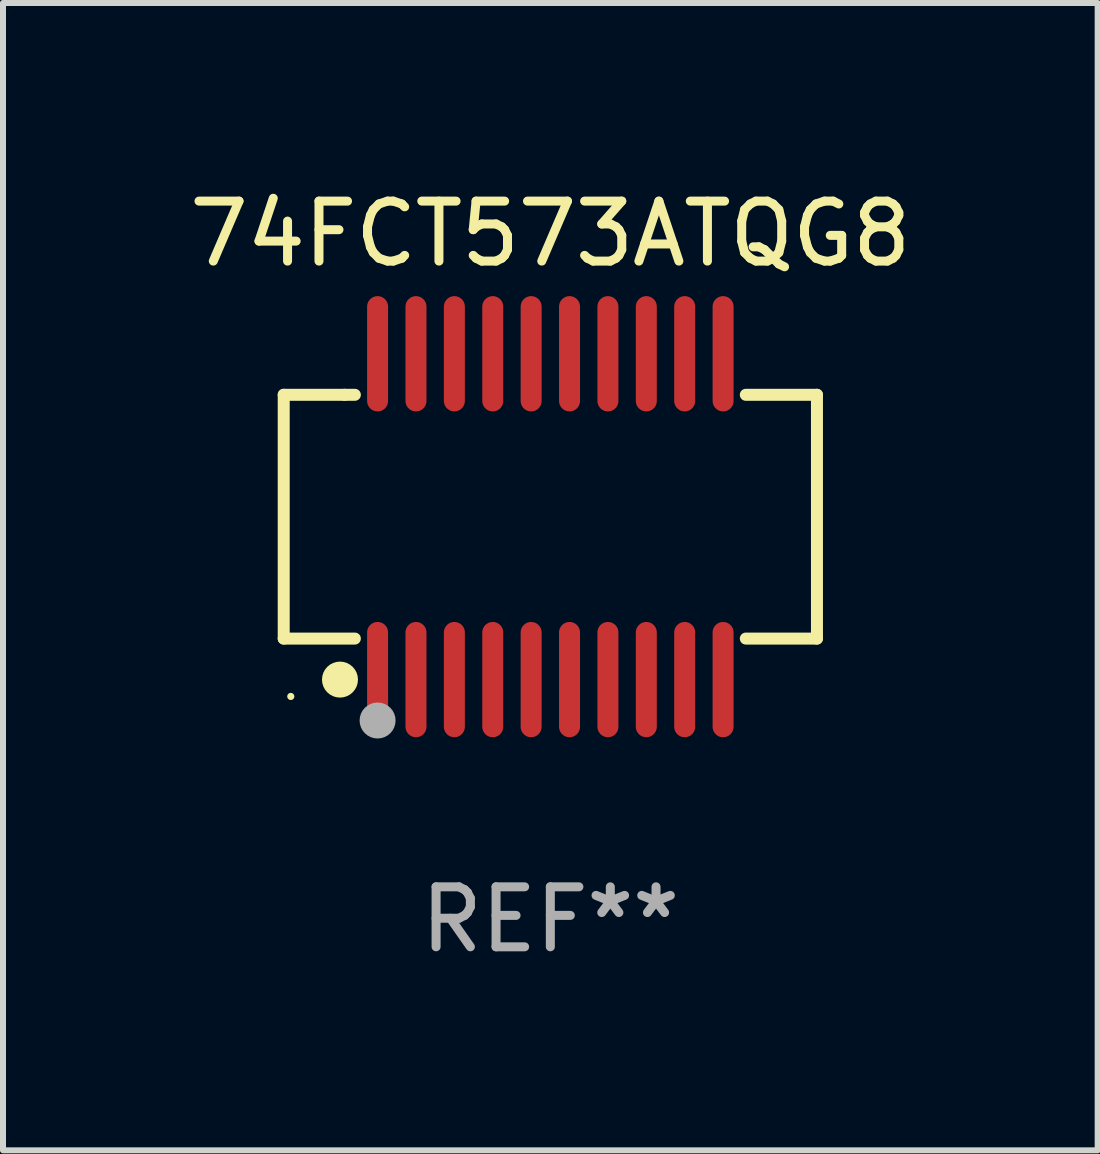
<source format=kicad_pcb>
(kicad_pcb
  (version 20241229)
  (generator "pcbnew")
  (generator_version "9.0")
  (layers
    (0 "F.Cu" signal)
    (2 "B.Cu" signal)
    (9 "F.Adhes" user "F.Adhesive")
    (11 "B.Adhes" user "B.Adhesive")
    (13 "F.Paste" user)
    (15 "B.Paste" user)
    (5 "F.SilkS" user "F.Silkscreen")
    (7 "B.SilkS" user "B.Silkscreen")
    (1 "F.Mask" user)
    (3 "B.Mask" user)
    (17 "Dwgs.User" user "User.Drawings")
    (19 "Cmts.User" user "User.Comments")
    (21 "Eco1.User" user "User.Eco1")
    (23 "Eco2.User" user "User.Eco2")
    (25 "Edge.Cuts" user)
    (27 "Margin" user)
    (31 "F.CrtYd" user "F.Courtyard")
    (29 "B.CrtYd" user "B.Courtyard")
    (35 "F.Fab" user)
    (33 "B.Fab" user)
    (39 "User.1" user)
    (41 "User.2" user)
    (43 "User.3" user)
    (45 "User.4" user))
  (footprint "74FCT573ATQG8"
    (layer "F.Cu")
    (at 6.125 5.564)
    (property "Reference" "74FCT573ATQG8" (at 0 -4.716 0) (layer "F.SilkS") (effects (font (size 1 1) (thickness 0.15))))
    (attr through_hole)
    (fp_line (start -4.445 -2.032) (end -4.445 2.032) (stroke (width 0.2) (type solid)) (layer "F.SilkS"))
    (fp_line (start -4.445 2.032) (end -3.259 2.032) (stroke (width 0.2) (type solid)) (layer "F.SilkS"))
    (fp_line (start -3.429 -2.032) (end -4.445 -2.032) (stroke (width 0.2) (type solid)) (layer "F.SilkS"))
    (fp_line (start -3.259 -2.032) (end -3.429 -2.032) (stroke (width 0.2) (type solid)) (layer "F.SilkS"))
    (fp_line (start 3.259 2.032) (end 4.445 2.032) (stroke (width 0.2) (type solid)) (layer "F.SilkS"))
    (fp_line (start 4.445 -2.032) (end 3.259 -2.032) (stroke (width 0.2) (type solid)) (layer "F.SilkS"))
    (fp_line (start 4.445 2.032) (end 4.445 -2.032) (stroke (width 0.2) (type solid)) (layer "F.SilkS"))
    (fp_circle (center -4.327 2.997) (end -4.297 2.997) (stroke (width 0.06) (type solid)) (fill no) (layer "F.SilkS"))
    (fp_circle (center -3.507 2.716) (end -3.357 2.716) (stroke (width 0.3) (type solid)) (fill no) (layer "F.SilkS"))
    (fp_circle (center -2.88 3.398) (end -2.73 3.398) (stroke (width 0.3) (type solid)) (fill no) (layer "F.Fab"))
    (fp_text user "REF**" (at 0 6.716 0) (layer "F.Fab") (effects (font (size 1 1) (thickness 0.15))))
    (pad "1" smd oval (at -2.88 2.716) (size 0.35 1.922) (layers "F.Cu" "F.Mask" "F.Paste"))
    (pad "2" smd oval (at -2.24 2.716) (size 0.35 1.922) (layers "F.Cu" "F.Mask" "F.Paste"))
    (pad "3" smd oval (at -1.6 2.716) (size 0.35 1.922) (layers "F.Cu" "F.Mask" "F.Paste"))
    (pad "4" smd oval (at -0.96 2.716) (size 0.35 1.922) (layers "F.Cu" "F.Mask" "F.Paste"))
    (pad "5" smd oval (at -0.32 2.716) (size 0.35 1.922) (layers "F.Cu" "F.Mask" "F.Paste"))
    (pad "6" smd oval (at 0.32 2.716) (size 0.35 1.922) (layers "F.Cu" "F.Mask" "F.Paste"))
    (pad "7" smd oval (at 0.96 2.716) (size 0.35 1.922) (layers "F.Cu" "F.Mask" "F.Paste"))
    (pad "8" smd oval (at 1.6 2.716) (size 0.35 1.922) (layers "F.Cu" "F.Mask" "F.Paste"))
    (pad "9" smd oval (at 2.24 2.716) (size 0.35 1.922) (layers "F.Cu" "F.Mask" "F.Paste"))
    (pad "10" smd oval (at 2.88 2.716) (size 0.35 1.922) (layers "F.Cu" "F.Mask" "F.Paste"))
    (pad "11" smd oval (at 2.88 -2.716) (size 0.35 1.922) (layers "F.Cu" "F.Mask" "F.Paste"))
    (pad "12" smd oval (at 2.24 -2.716) (size 0.35 1.922) (layers "F.Cu" "F.Mask" "F.Paste"))
    (pad "13" smd oval (at 1.6 -2.716) (size 0.35 1.922) (layers "F.Cu" "F.Mask" "F.Paste"))
    (pad "14" smd oval (at 0.96 -2.716) (size 0.35 1.922) (layers "F.Cu" "F.Mask" "F.Paste"))
    (pad "15" smd oval (at 0.32 -2.716) (size 0.35 1.922) (layers "F.Cu" "F.Mask" "F.Paste"))
    (pad "16" smd oval (at -0.32 -2.716) (size 0.35 1.922) (layers "F.Cu" "F.Mask" "F.Paste"))
    (pad "17" smd oval (at -0.96 -2.716) (size 0.35 1.922) (layers "F.Cu" "F.Mask" "F.Paste"))
    (pad "18" smd oval (at -1.6 -2.716) (size 0.35 1.922) (layers "F.Cu" "F.Mask" "F.Paste"))
    (pad "19" smd oval (at -2.24 -2.716) (size 0.35 1.922) (layers "F.Cu" "F.Mask" "F.Paste"))
    (pad "20" smd oval (at -2.88 -2.716) (size 0.35 1.922) (layers "F.Cu" "F.Mask" "F.Paste")))
  (gr_rect
    (start -3 -3)
    (end 15.25 16.128)
    (stroke (width 0.1) (type default))
    (fill no)
    (layer "Edge.Cuts")))
</source>
